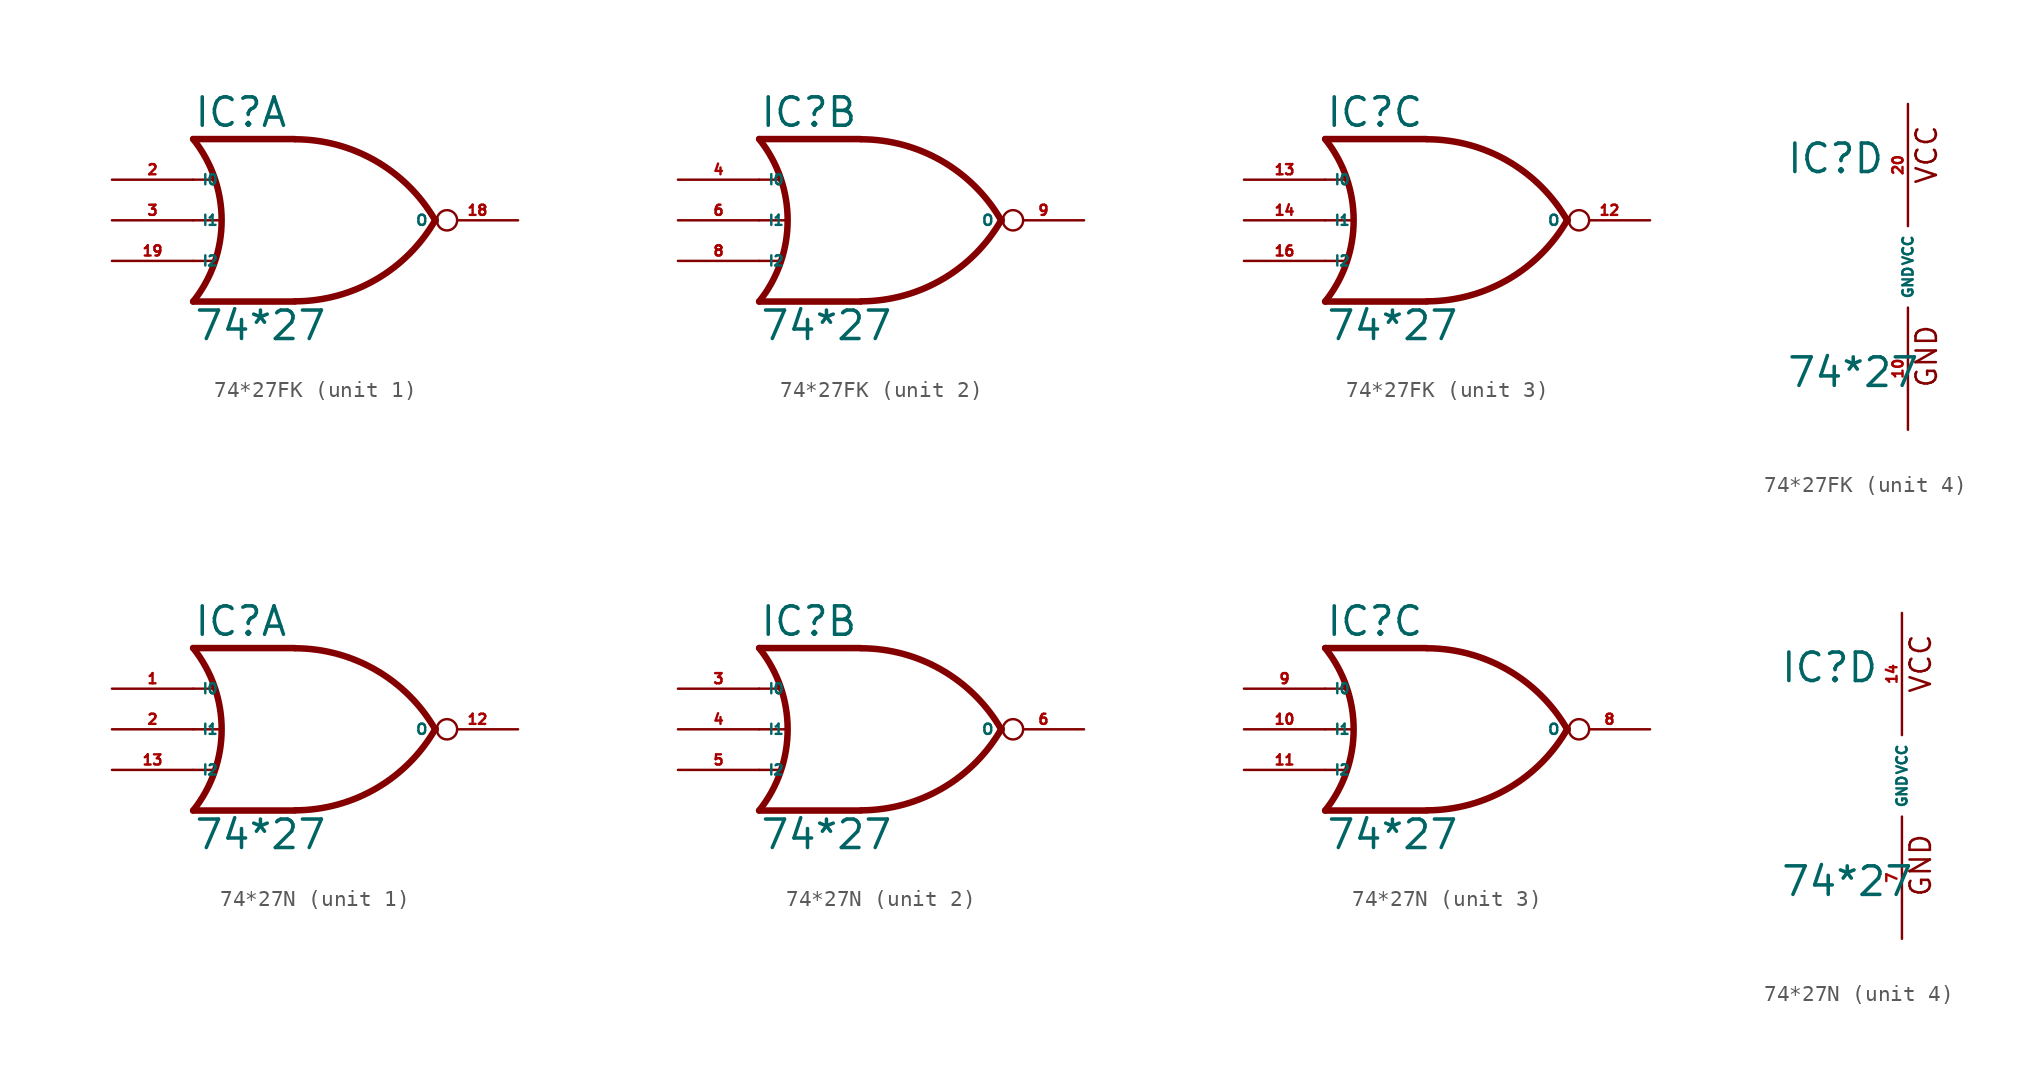
<source format=kicad_sym>
(kicad_symbol_lib
  (version 20220914)
  (generator Eagle2Kicad)
  (symbol "74*27FK"
    (property "Reference" "IC"
      (at -7.62 5.715 0)
      (effects (font (size 1.778 1.778) (thickness 0.22)) (justify left bottom)))
    (property "Value" "74*27"
      (at -7.62 -7.62 0)
      (effects (font (size 1.778 1.778) (thickness 0.22)) (justify left bottom)))
    (symbol "74*27FK_1_0"
      (polyline (pts (xy -1.27 5.08) (xy -7.62 5.08)) (stroke (width 0.406) (type default)) (fill (type none)))
      (polyline (pts (xy -1.27 -5.08) (xy -7.62 -5.08)) (stroke (width 0.406) (type default)) (fill (type none)))
      (polyline (pts (xy -7.62 2.54) (xy -6.35 2.54)) (stroke (width 0.152) (type default)) (fill (type none)))
      (polyline (pts (xy -7.62 -2.54) (xy -6.35 -2.54)) (stroke (width 0.152) (type default)) (fill (type none)))
      (arc (start -1.2446 -5.0678) (mid 3.837 -3.689) (end 7.5439 0.0507) (stroke (width 0.4064) (type default)) (fill (type none)))
      (arc (start 7.5442 -0.0505) (mid 3.837 3.689) (end -1.2446 5.0678) (stroke (width 0.4064) (type default)) (fill (type none)))
      (arc (start -7.62 -5.08) (mid -5.838 0.000) (end -7.62 5.08) (stroke (width 0.4064) (type default)) (fill (type none)))
      (polyline (pts (xy -7.62 0) (xy -5.842 0)) (stroke (width 0.152) (type default)) (fill (type none)))
      (pin input line (at -12.7 2.54 0) (length 5.08) (name "I0" (effects (font (size 0.635 0.635) (thickness 0.08)) (justify left bottom))) (number "2" (effects (font (size 0.635 0.635) (thickness 0.08)) (justify left bottom))))
      (pin input line (at -12.7 0 0) (length 5.08) (name "I1" (effects (font (size 0.635 0.635) (thickness 0.08)) (justify left bottom))) (number "3" (effects (font (size 0.635 0.635) (thickness 0.08)) (justify left bottom))))
      (pin output inverted (at 12.7 0 180) (length 5.08) (name "O" (effects (font (size 0.635 0.635) (thickness 0.08)) (justify left bottom))) (number "18" (effects (font (size 0.635 0.635) (thickness 0.08)) (justify left bottom))))
      (pin input line (at -12.7 -2.54 0) (length 5.08) (name "I2" (effects (font (size 0.635 0.635) (thickness 0.08)) (justify left bottom))) (number "19" (effects (font (size 0.635 0.635) (thickness 0.08)) (justify left bottom)))))
    (symbol "74*27FK_2_0"
      (polyline (pts (xy -1.27 5.08) (xy -7.62 5.08)) (stroke (width 0.406) (type default)) (fill (type none)))
      (polyline (pts (xy -1.27 -5.08) (xy -7.62 -5.08)) (stroke (width 0.406) (type default)) (fill (type none)))
      (polyline (pts (xy -7.62 2.54) (xy -6.35 2.54)) (stroke (width 0.152) (type default)) (fill (type none)))
      (polyline (pts (xy -7.62 -2.54) (xy -6.35 -2.54)) (stroke (width 0.152) (type default)) (fill (type none)))
      (arc (start -1.2446 -5.0678) (mid 3.837 -3.689) (end 7.5439 0.0507) (stroke (width 0.4064) (type default)) (fill (type none)))
      (arc (start 7.5442 -0.0505) (mid 3.837 3.689) (end -1.2446 5.0678) (stroke (width 0.4064) (type default)) (fill (type none)))
      (arc (start -7.62 -5.08) (mid -5.838 0.000) (end -7.62 5.08) (stroke (width 0.4064) (type default)) (fill (type none)))
      (polyline (pts (xy -7.62 0) (xy -5.842 0)) (stroke (width 0.152) (type default)) (fill (type none)))
      (pin input line (at -12.7 2.54 0) (length 5.08) (name "I0" (effects (font (size 0.635 0.635) (thickness 0.08)) (justify left bottom))) (number "4" (effects (font (size 0.635 0.635) (thickness 0.08)) (justify left bottom))))
      (pin input line (at -12.7 0 0) (length 5.08) (name "I1" (effects (font (size 0.635 0.635) (thickness 0.08)) (justify left bottom))) (number "6" (effects (font (size 0.635 0.635) (thickness 0.08)) (justify left bottom))))
      (pin output inverted (at 12.7 0 180) (length 5.08) (name "O" (effects (font (size 0.635 0.635) (thickness 0.08)) (justify left bottom))) (number "9" (effects (font (size 0.635 0.635) (thickness 0.08)) (justify left bottom))))
      (pin input line (at -12.7 -2.54 0) (length 5.08) (name "I2" (effects (font (size 0.635 0.635) (thickness 0.08)) (justify left bottom))) (number "8" (effects (font (size 0.635 0.635) (thickness 0.08)) (justify left bottom)))))
    (symbol "74*27FK_3_0"
      (polyline (pts (xy -1.27 5.08) (xy -7.62 5.08)) (stroke (width 0.406) (type default)) (fill (type none)))
      (polyline (pts (xy -1.27 -5.08) (xy -7.62 -5.08)) (stroke (width 0.406) (type default)) (fill (type none)))
      (polyline (pts (xy -7.62 2.54) (xy -6.35 2.54)) (stroke (width 0.152) (type default)) (fill (type none)))
      (polyline (pts (xy -7.62 -2.54) (xy -6.35 -2.54)) (stroke (width 0.152) (type default)) (fill (type none)))
      (arc (start -1.2446 -5.0678) (mid 3.837 -3.689) (end 7.5439 0.0507) (stroke (width 0.4064) (type default)) (fill (type none)))
      (arc (start 7.5442 -0.0505) (mid 3.837 3.689) (end -1.2446 5.0678) (stroke (width 0.4064) (type default)) (fill (type none)))
      (arc (start -7.62 -5.08) (mid -5.838 0.000) (end -7.62 5.08) (stroke (width 0.4064) (type default)) (fill (type none)))
      (polyline (pts (xy -7.62 0) (xy -5.842 0)) (stroke (width 0.152) (type default)) (fill (type none)))
      (pin input line (at -12.7 2.54 0) (length 5.08) (name "I0" (effects (font (size 0.635 0.635) (thickness 0.08)) (justify left bottom))) (number "13" (effects (font (size 0.635 0.635) (thickness 0.08)) (justify left bottom))))
      (pin input line (at -12.7 0 0) (length 5.08) (name "I1" (effects (font (size 0.635 0.635) (thickness 0.08)) (justify left bottom))) (number "14" (effects (font (size 0.635 0.635) (thickness 0.08)) (justify left bottom))))
      (pin output inverted (at 12.7 0 180) (length 5.08) (name "O" (effects (font (size 0.635 0.635) (thickness 0.08)) (justify left bottom))) (number "12" (effects (font (size 0.635 0.635) (thickness 0.08)) (justify left bottom))))
      (pin input line (at -12.7 -2.54 0) (length 5.08) (name "I2" (effects (font (size 0.635 0.635) (thickness 0.08)) (justify left bottom))) (number "16" (effects (font (size 0.635 0.635) (thickness 0.08)) (justify left bottom)))))
    (symbol "74*27FK_4_0"
      (text "GND" (at 1.905 -7.62 900) (effects (font (size 1.27 1.27) (thickness 0.16)) (justify left bottom)))
      (text "VCC" (at 1.905 5.08 900) (effects (font (size 1.27 1.27) (thickness 0.16)) (justify left bottom)))
      (pin unspecified line (at 0 -10.16 90) (length 7.62) (name "GND" (effects (font (size 0.635 0.635) (thickness 0.08)) (justify left bottom))) (number "10" (effects (font (size 0.635 0.635) (thickness 0.08)) (justify left bottom))))
      (pin unspecified line (at 0 10.16 270) (length 7.62) (name "VCC" (effects (font (size 0.635 0.635) (thickness 0.08)) (justify left bottom))) (number "20" (effects (font (size 0.635 0.635) (thickness 0.08)) (justify left bottom))))))
  (symbol "74*27N"
    (property "Reference" "IC"
      (at -7.62 5.715 0)
      (effects (font (size 1.778 1.778) (thickness 0.22)) (justify left bottom)))
    (property "Value" "74*27"
      (at -7.62 -7.62 0)
      (effects (font (size 1.778 1.778) (thickness 0.22)) (justify left bottom)))
    (symbol "74*27N_1_0"
      (polyline (pts (xy -1.27 5.08) (xy -7.62 5.08)) (stroke (width 0.406) (type default)) (fill (type none)))
      (polyline (pts (xy -1.27 -5.08) (xy -7.62 -5.08)) (stroke (width 0.406) (type default)) (fill (type none)))
      (polyline (pts (xy -7.62 2.54) (xy -6.35 2.54)) (stroke (width 0.152) (type default)) (fill (type none)))
      (polyline (pts (xy -7.62 -2.54) (xy -6.35 -2.54)) (stroke (width 0.152) (type default)) (fill (type none)))
      (arc (start -1.2446 -5.0678) (mid 3.837 -3.689) (end 7.5439 0.0507) (stroke (width 0.4064) (type default)) (fill (type none)))
      (arc (start 7.5442 -0.0505) (mid 3.837 3.689) (end -1.2446 5.0678) (stroke (width 0.4064) (type default)) (fill (type none)))
      (arc (start -7.62 -5.08) (mid -5.838 0.000) (end -7.62 5.08) (stroke (width 0.4064) (type default)) (fill (type none)))
      (polyline (pts (xy -7.62 0) (xy -5.842 0)) (stroke (width 0.152) (type default)) (fill (type none)))
      (pin input line (at -12.7 2.54 0) (length 5.08) (name "I0" (effects (font (size 0.635 0.635) (thickness 0.08)) (justify left bottom))) (number "1" (effects (font (size 0.635 0.635) (thickness 0.08)) (justify left bottom))))
      (pin input line (at -12.7 0 0) (length 5.08) (name "I1" (effects (font (size 0.635 0.635) (thickness 0.08)) (justify left bottom))) (number "2" (effects (font (size 0.635 0.635) (thickness 0.08)) (justify left bottom))))
      (pin output inverted (at 12.7 0 180) (length 5.08) (name "O" (effects (font (size 0.635 0.635) (thickness 0.08)) (justify left bottom))) (number "12" (effects (font (size 0.635 0.635) (thickness 0.08)) (justify left bottom))))
      (pin input line (at -12.7 -2.54 0) (length 5.08) (name "I2" (effects (font (size 0.635 0.635) (thickness 0.08)) (justify left bottom))) (number "13" (effects (font (size 0.635 0.635) (thickness 0.08)) (justify left bottom)))))
    (symbol "74*27N_2_0"
      (polyline (pts (xy -1.27 5.08) (xy -7.62 5.08)) (stroke (width 0.406) (type default)) (fill (type none)))
      (polyline (pts (xy -1.27 -5.08) (xy -7.62 -5.08)) (stroke (width 0.406) (type default)) (fill (type none)))
      (polyline (pts (xy -7.62 2.54) (xy -6.35 2.54)) (stroke (width 0.152) (type default)) (fill (type none)))
      (polyline (pts (xy -7.62 -2.54) (xy -6.35 -2.54)) (stroke (width 0.152) (type default)) (fill (type none)))
      (arc (start -1.2446 -5.0678) (mid 3.837 -3.689) (end 7.5439 0.0507) (stroke (width 0.4064) (type default)) (fill (type none)))
      (arc (start 7.5442 -0.0505) (mid 3.837 3.689) (end -1.2446 5.0678) (stroke (width 0.4064) (type default)) (fill (type none)))
      (arc (start -7.62 -5.08) (mid -5.838 0.000) (end -7.62 5.08) (stroke (width 0.4064) (type default)) (fill (type none)))
      (polyline (pts (xy -7.62 0) (xy -5.842 0)) (stroke (width 0.152) (type default)) (fill (type none)))
      (pin input line (at -12.7 2.54 0) (length 5.08) (name "I0" (effects (font (size 0.635 0.635) (thickness 0.08)) (justify left bottom))) (number "3" (effects (font (size 0.635 0.635) (thickness 0.08)) (justify left bottom))))
      (pin input line (at -12.7 0 0) (length 5.08) (name "I1" (effects (font (size 0.635 0.635) (thickness 0.08)) (justify left bottom))) (number "4" (effects (font (size 0.635 0.635) (thickness 0.08)) (justify left bottom))))
      (pin output inverted (at 12.7 0 180) (length 5.08) (name "O" (effects (font (size 0.635 0.635) (thickness 0.08)) (justify left bottom))) (number "6" (effects (font (size 0.635 0.635) (thickness 0.08)) (justify left bottom))))
      (pin input line (at -12.7 -2.54 0) (length 5.08) (name "I2" (effects (font (size 0.635 0.635) (thickness 0.08)) (justify left bottom))) (number "5" (effects (font (size 0.635 0.635) (thickness 0.08)) (justify left bottom)))))
    (symbol "74*27N_3_0"
      (polyline (pts (xy -1.27 5.08) (xy -7.62 5.08)) (stroke (width 0.406) (type default)) (fill (type none)))
      (polyline (pts (xy -1.27 -5.08) (xy -7.62 -5.08)) (stroke (width 0.406) (type default)) (fill (type none)))
      (polyline (pts (xy -7.62 2.54) (xy -6.35 2.54)) (stroke (width 0.152) (type default)) (fill (type none)))
      (polyline (pts (xy -7.62 -2.54) (xy -6.35 -2.54)) (stroke (width 0.152) (type default)) (fill (type none)))
      (arc (start -1.2446 -5.0678) (mid 3.837 -3.689) (end 7.5439 0.0507) (stroke (width 0.4064) (type default)) (fill (type none)))
      (arc (start 7.5442 -0.0505) (mid 3.837 3.689) (end -1.2446 5.0678) (stroke (width 0.4064) (type default)) (fill (type none)))
      (arc (start -7.62 -5.08) (mid -5.838 0.000) (end -7.62 5.08) (stroke (width 0.4064) (type default)) (fill (type none)))
      (polyline (pts (xy -7.62 0) (xy -5.842 0)) (stroke (width 0.152) (type default)) (fill (type none)))
      (pin input line (at -12.7 2.54 0) (length 5.08) (name "I0" (effects (font (size 0.635 0.635) (thickness 0.08)) (justify left bottom))) (number "9" (effects (font (size 0.635 0.635) (thickness 0.08)) (justify left bottom))))
      (pin input line (at -12.7 0 0) (length 5.08) (name "I1" (effects (font (size 0.635 0.635) (thickness 0.08)) (justify left bottom))) (number "10" (effects (font (size 0.635 0.635) (thickness 0.08)) (justify left bottom))))
      (pin output inverted (at 12.7 0 180) (length 5.08) (name "O" (effects (font (size 0.635 0.635) (thickness 0.08)) (justify left bottom))) (number "8" (effects (font (size 0.635 0.635) (thickness 0.08)) (justify left bottom))))
      (pin input line (at -12.7 -2.54 0) (length 5.08) (name "I2" (effects (font (size 0.635 0.635) (thickness 0.08)) (justify left bottom))) (number "11" (effects (font (size 0.635 0.635) (thickness 0.08)) (justify left bottom)))))
    (symbol "74*27N_4_0"
      (text "GND" (at 1.905 -7.62 900) (effects (font (size 1.27 1.27) (thickness 0.16)) (justify left bottom)))
      (text "VCC" (at 1.905 5.08 900) (effects (font (size 1.27 1.27) (thickness 0.16)) (justify left bottom)))
      (pin unspecified line (at 0 -10.16 90) (length 7.62) (name "GND" (effects (font (size 0.635 0.635) (thickness 0.08)) (justify left bottom))) (number "7" (effects (font (size 0.635 0.635) (thickness 0.08)) (justify left bottom))))
      (pin unspecified line (at 0 10.16 270) (length 7.62) (name "VCC" (effects (font (size 0.635 0.635) (thickness 0.08)) (justify left bottom))) (number "14" (effects (font (size 0.635 0.635) (thickness 0.08)) (justify left bottom)))))))
</source>
